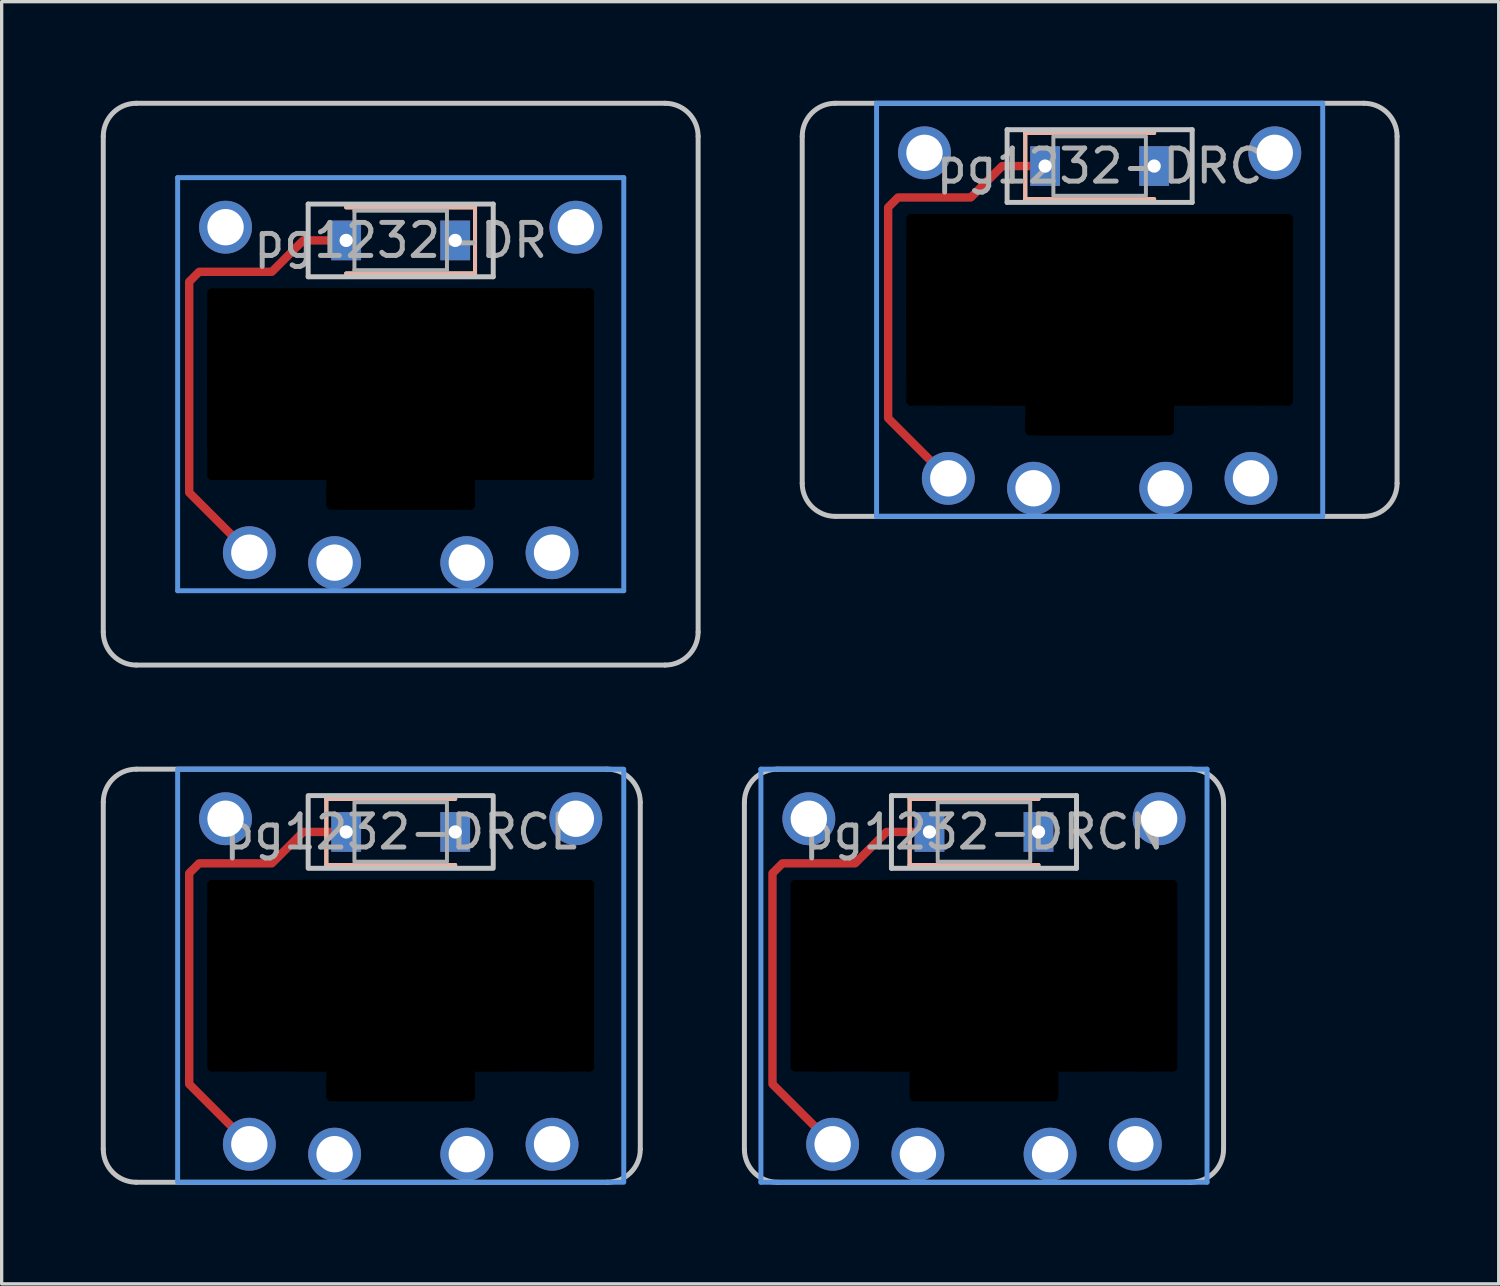
<source format=kicad_pcb>
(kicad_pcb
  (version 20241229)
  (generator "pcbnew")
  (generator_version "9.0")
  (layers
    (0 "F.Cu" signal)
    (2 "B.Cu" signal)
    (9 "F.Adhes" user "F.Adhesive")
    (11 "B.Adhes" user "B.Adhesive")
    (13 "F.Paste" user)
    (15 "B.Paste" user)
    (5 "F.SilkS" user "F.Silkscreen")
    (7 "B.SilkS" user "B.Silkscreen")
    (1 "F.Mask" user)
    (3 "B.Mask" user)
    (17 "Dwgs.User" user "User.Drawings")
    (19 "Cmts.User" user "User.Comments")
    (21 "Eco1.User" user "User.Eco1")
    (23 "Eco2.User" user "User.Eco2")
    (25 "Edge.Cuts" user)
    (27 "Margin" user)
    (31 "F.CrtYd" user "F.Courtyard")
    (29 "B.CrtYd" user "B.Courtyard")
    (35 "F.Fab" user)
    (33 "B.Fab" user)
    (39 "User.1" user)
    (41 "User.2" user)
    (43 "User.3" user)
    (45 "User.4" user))
  (footprint "pg1232-DRCL"
    (layer "F.Cu")
    (at 9.075 22.125)
    (property "Reference" "pg1232-DRCL" (at 0 0 0) (layer "F.Fab") (effects (font (size 1 1) (thickness 0.15))))
    (attr smd)
    (fp_line (start -2.25 -1) (end -2.25 1) (stroke (width 0.12) (type solid)) (layer "F.SilkS"))
    (fp_line (start -2.25 1) (end 1.65 1) (stroke (width 0.12) (type solid)) (layer "F.SilkS"))
    (fp_line (start 1.65 -1) (end -2.25 -1) (stroke (width 0.12) (type solid)) (layer "F.SilkS"))
    (fp_line (start -2.25 -1) (end -2.25 1) (stroke (width 0.12) (type solid)) (layer "B.SilkS"))
    (fp_line (start -2.25 1) (end 1.65 1) (stroke (width 0.12) (type solid)) (layer "B.SilkS"))
    (fp_line (start 1.65 -1) (end -2.25 -1) (stroke (width 0.12) (type solid)) (layer "B.SilkS"))
    (fp_line (start -9 9.6) (end -9 -0.9) (stroke (width 0.15) (type solid)) (layer "Dwgs.User"))
    (fp_line (start -8 -1.9) (end 6.25 -1.9) (stroke (width 0.15) (type solid)) (layer "Dwgs.User"))
    (fp_line (start 6.25 10.6) (end -8 10.6) (stroke (width 0.15) (type solid)) (layer "Dwgs.User"))
    (fp_line (start 7.25 -0.9) (end 7.25 9.6) (stroke (width 0.15) (type solid)) (layer "Dwgs.User"))
    (fp_rect (start 2.8 1.1) (end -2.8 -1.1) (stroke (width 0.15) (type solid)) (fill no) (layer "Dwgs.User"))
    (fp_arc (start -9 -0.9) (mid -8.707107 -1.607107) (end -8 -1.9) (stroke (width 0.15) (type solid)) (layer "Dwgs.User"))
    (fp_arc (start -8 10.6) (mid -8.707107 10.307107) (end -9 9.6) (stroke (width 0.15) (type solid)) (layer "Dwgs.User"))
    (fp_arc (start 6.25 -1.9) (mid 6.957107 -1.607107) (end 7.25 -0.9) (stroke (width 0.15) (type solid)) (layer "Dwgs.User"))
    (fp_arc (start 7.25 9.6) (mid 6.957107 10.307107) (end 6.25 10.6) (stroke (width 0.15) (type solid)) (layer "Dwgs.User"))
    (fp_rect (start 6.75 10.6) (end -6.75 -1.9) (stroke (width 0.15) (type solid)) (fill no) (layer "Cmts.User"))
    (fp_rect (start 1.4 0.9) (end -1.4 -0.9) (stroke (width 0.12) (type solid)) (fill no) (layer "F.Fab"))
    (pad "" np_thru_hole oval (at -5.7 4.35 90) (size 5.8 0.3) (drill oval 5.8 0.3) (layers "*.Mask"))
    (pad "" np_thru_hole oval (at -4.85 4.35) (size 2 5.8) (drill oval 2 5.8) (layers "*.Mask"))
    (pad "" np_thru_hole oval (at -2.1 7.6 90) (size 1.1 0.3) (drill oval 1.1 0.3) (layers "*.Mask"))
    (pad "" np_thru_hole oval (at 0 1.6) (size 11.7 0.3) (drill oval 11.7 0.3) (layers "*.Mask"))
    (pad "" np_thru_hole oval (at 0 4.35) (size 11.7 5.8) (drill oval 11.7 5.8) (layers "*.Mask"))
    (pad "" np_thru_hole oval (at 0 7.1) (size 11.7 0.3) (drill oval 11.7 0.3) (layers "*.Mask"))
    (pad "" np_thru_hole oval (at 0 7.65) (size 4.5 1) (drill oval 4.5 1) (layers "*.Mask"))
    (pad "" np_thru_hole oval (at 0 8) (size 4.5 0.3) (drill oval 4.5 0.3) (layers "*.Mask"))
    (pad "" np_thru_hole oval (at 2.1 7.6 90) (size 1.1 0.3) (drill oval 1.1 0.3) (layers "*.Mask"))
    (pad "" np_thru_hole oval (at 4.85 4.35) (size 2 5.8) (drill oval 2 5.8) (layers "*.Mask"))
    (pad "" np_thru_hole oval (at 5.7 4.35 90) (size 5.8 0.3) (drill oval 5.8 0.3) (layers "*.Mask"))
    (pad "1" thru_hole circle (at -2 9.75) (size 1.6 1.6) (drill 1.1) (layers "*.Cu" "F.Mask"))
    (pad "1" thru_hole circle (at 2 9.75) (size 1.6 1.6) (drill 1.1) (layers "*.Cu" "B.Mask"))
    (pad "2" thru_hole rect (at 1.65 0) (size 0.9 1.2) (drill 0.4) (layers "*.Cu" "*.Mask"))
    (pad "3" thru_hole circle (at -4.58 9.45) (size 1.6 1.6) (drill 1.1) (layers "*.Cu" "B.Mask"))
    (pad "3" smd custom (at -1.65 0) (size 0.254 0.254) (layers "F.Cu") (options (anchor circle)) (primitives (gr_line (start 0 0) (end -1.3 0) (width 0.254)) (gr_line (start -1.3 0) (end -2.25 0.95) (width 0.254)) (gr_line (start -2.25 0.95) (end -4.45 0.95) (width 0.254)) (gr_line (start -4.45 0.95) (end -4.75 1.25) (width 0.254)) (gr_line (start -4.75 1.25) (end -4.75 7.63) (width 0.254)) (gr_line (start -4.75 7.63) (end -2.93 9.45) (width 0.254))))
    (pad "3" thru_hole rect (at -1.65 0) (size 0.9 1.2) (drill 0.4) (layers "*.Cu" "*.Mask"))
    (pad "3" thru_hole circle (at 4.58 9.45) (size 1.6 1.6) (drill 1.1) (layers "*.Cu" "F.Mask"))
    (pad "4" thru_hole circle (at 5.3 -0.4) (size 1.6 1.6) (drill 1.1) (layers "*.Cu" "*.Mask"))
    (pad "5" thru_hole circle (at -5.3 -0.4) (size 1.6 1.6) (drill 1.1) (layers "*.Cu" "*.Mask")))
  (footprint "pg1232-DRCN"
    (layer "F.Cu")
    (at 26.725 22.125)
    (property "Reference" "pg1232-DRCN" (at 0 0 0) (layer "F.Fab") (effects (font (size 1 1) (thickness 0.15))))
    (attr smd)
    (fp_line (start -2.25 -1) (end -2.25 1) (stroke (width 0.12) (type solid)) (layer "F.SilkS"))
    (fp_line (start -2.25 1) (end 1.65 1) (stroke (width 0.12) (type solid)) (layer "F.SilkS"))
    (fp_line (start 1.65 -1) (end -2.25 -1) (stroke (width 0.12) (type solid)) (layer "F.SilkS"))
    (fp_line (start -2.25 -1) (end -2.25 1) (stroke (width 0.12) (type solid)) (layer "B.SilkS"))
    (fp_line (start -2.25 1) (end 1.65 1) (stroke (width 0.12) (type solid)) (layer "B.SilkS"))
    (fp_line (start 1.65 -1) (end -2.25 -1) (stroke (width 0.12) (type solid)) (layer "B.SilkS"))
    (fp_line (start -7.25 9.6) (end -7.25 -0.9) (stroke (width 0.15) (type solid)) (layer "Dwgs.User"))
    (fp_line (start -6.25 -1.9) (end 6.25 -1.9) (stroke (width 0.15) (type solid)) (layer "Dwgs.User"))
    (fp_line (start -2.8 -1.1) (end -2.8 1.1) (stroke (width 0.15) (type solid)) (layer "Dwgs.User"))
    (fp_line (start -2.8 1.1) (end 2.8 1.1) (stroke (width 0.15) (type solid)) (layer "Dwgs.User"))
    (fp_line (start 2.8 -1.1) (end -2.8 -1.1) (stroke (width 0.15) (type solid)) (layer "Dwgs.User"))
    (fp_line (start 2.8 1.1) (end 2.8 -1.1) (stroke (width 0.15) (type solid)) (layer "Dwgs.User"))
    (fp_line (start 6.25 10.6) (end -6.25 10.6) (stroke (width 0.15) (type solid)) (layer "Dwgs.User"))
    (fp_line (start 7.25 -0.9) (end 7.25 9.6) (stroke (width 0.15) (type solid)) (layer "Dwgs.User"))
    (fp_arc (start -7.25 -0.9) (mid -6.957107 -1.607107) (end -6.25 -1.9) (stroke (width 0.15) (type solid)) (layer "Dwgs.User"))
    (fp_arc (start -6.25 10.6) (mid -6.957107 10.307107) (end -7.25 9.6) (stroke (width 0.15) (type solid)) (layer "Dwgs.User"))
    (fp_arc (start 6.25 -1.9) (mid 6.957107 -1.607107) (end 7.25 -0.9) (stroke (width 0.15) (type solid)) (layer "Dwgs.User"))
    (fp_arc (start 7.25 9.6) (mid 6.957107 10.307107) (end 6.25 10.6) (stroke (width 0.15) (type solid)) (layer "Dwgs.User"))
    (fp_line (start -6.75 -1.9) (end -6.75 10.6) (stroke (width 0.15) (type solid)) (layer "Cmts.User"))
    (fp_line (start -6.75 10.6) (end 6.75 10.6) (stroke (width 0.15) (type solid)) (layer "Cmts.User"))
    (fp_line (start 6.75 -1.9) (end -6.75 -1.9) (stroke (width 0.15) (type solid)) (layer "Cmts.User"))
    (fp_line (start 6.75 10.6) (end 6.75 -1.9) (stroke (width 0.15) (type solid)) (layer "Cmts.User"))
    (fp_rect (start 1.4 0.9) (end -1.4 -0.9) (stroke (width 0.12) (type solid)) (fill no) (layer "F.Fab"))
    (pad "" np_thru_hole oval (at -5.7 4.35 90) (size 5.8 0.3) (drill oval 5.8 0.3) (layers "*.Mask"))
    (pad "" np_thru_hole oval (at -4.85 4.35) (size 2 5.8) (drill oval 2 5.8) (layers "*.Mask"))
    (pad "" np_thru_hole oval (at -2.1 7.6 90) (size 1.1 0.3) (drill oval 1.1 0.3) (layers "*.Mask"))
    (pad "" np_thru_hole oval (at 0 1.6) (size 11.7 0.3) (drill oval 11.7 0.3) (layers "*.Mask"))
    (pad "" np_thru_hole oval (at 0 4.35) (size 11.7 5.8) (drill oval 11.7 5.8) (layers "*.Mask"))
    (pad "" np_thru_hole oval (at 0 7.1) (size 11.7 0.3) (drill oval 11.7 0.3) (layers "*.Mask"))
    (pad "" np_thru_hole oval (at 0 7.65) (size 4.5 1) (drill oval 4.5 1) (layers "*.Mask"))
    (pad "" np_thru_hole oval (at 0 8) (size 4.5 0.3) (drill oval 4.5 0.3) (layers "*.Mask"))
    (pad "" np_thru_hole oval (at 2.1 7.6 90) (size 1.1 0.3) (drill oval 1.1 0.3) (layers "*.Mask"))
    (pad "" np_thru_hole oval (at 4.85 4.35) (size 2 5.8) (drill oval 2 5.8) (layers "*.Mask"))
    (pad "" np_thru_hole oval (at 5.7 4.35 90) (size 5.8 0.3) (drill oval 5.8 0.3) (layers "*.Mask"))
    (pad "1" thru_hole circle (at -2 9.75) (size 1.6 1.6) (drill 1.1) (layers "*.Cu" "F.Mask"))
    (pad "1" thru_hole circle (at 2 9.75) (size 1.6 1.6) (drill 1.1) (layers "*.Cu" "B.Mask"))
    (pad "2" thru_hole rect (at 1.65 0) (size 0.9 1.2) (drill 0.4) (layers "*.Cu" "*.Mask"))
    (pad "3" thru_hole circle (at -4.58 9.45) (size 1.6 1.6) (drill 1.1) (layers "*.Cu" "B.Mask"))
    (pad "3" smd custom (at -1.65 0) (size 0.254 0.254) (layers "F.Cu") (options (anchor circle)) (primitives (gr_line (start 0 0) (end -1.3 0) (width 0.254)) (gr_line (start -1.3 0) (end -2.25 0.95) (width 0.254)) (gr_line (start -2.25 0.95) (end -4.45 0.95) (width 0.254)) (gr_line (start -4.45 0.95) (end -4.75 1.25) (width 0.254)) (gr_line (start -4.75 1.25) (end -4.75 7.63) (width 0.254)) (gr_line (start -4.75 7.63) (end -2.93 9.45) (width 0.254))))
    (pad "3" thru_hole rect (at -1.65 0) (size 0.9 1.2) (drill 0.4) (layers "*.Cu" "*.Mask"))
    (pad "3" thru_hole circle (at 4.58 9.45) (size 1.6 1.6) (drill 1.1) (layers "*.Cu" "F.Mask"))
    (pad "4" thru_hole circle (at 5.3 -0.4) (size 1.6 1.6) (drill 1.1) (layers "*.Cu" "*.Mask"))
    (pad "5" thru_hole circle (at -5.3 -0.4) (size 1.6 1.6) (drill 1.1) (layers "*.Cu" "*.Mask")))
  (footprint "pg1232-DRC"
    (layer "F.Cu")
    (at 30.225 1.975)
    (property "Reference" "pg1232-DRC" (at 0 0 0) (layer "F.Fab") (effects (font (size 1 1) (thickness 0.15))))
    (attr smd)
    (fp_line (start -2.25 -1) (end -2.25 1) (stroke (width 0.12) (type solid)) (layer "F.SilkS"))
    (fp_line (start -2.25 1) (end 1.65 1) (stroke (width 0.12) (type solid)) (layer "F.SilkS"))
    (fp_line (start 1.65 -1) (end -2.25 -1) (stroke (width 0.12) (type solid)) (layer "F.SilkS"))
    (fp_line (start -2.25 -1) (end -2.25 1) (stroke (width 0.12) (type solid)) (layer "B.SilkS"))
    (fp_line (start -2.25 1) (end 1.65 1) (stroke (width 0.12) (type solid)) (layer "B.SilkS"))
    (fp_line (start 1.65 -1) (end -2.25 -1) (stroke (width 0.12) (type solid)) (layer "B.SilkS"))
    (fp_line (start -9 9.6) (end -9 -0.9) (stroke (width 0.15) (type solid)) (layer "Dwgs.User"))
    (fp_line (start -8 -1.9) (end 8 -1.9) (stroke (width 0.15) (type solid)) (layer "Dwgs.User"))
    (fp_line (start -2.8 -1.1) (end -2.8 1.1) (stroke (width 0.15) (type solid)) (layer "Dwgs.User"))
    (fp_line (start -2.8 1.1) (end 2.8 1.1) (stroke (width 0.15) (type solid)) (layer "Dwgs.User"))
    (fp_line (start 2.8 -1.1) (end -2.8 -1.1) (stroke (width 0.15) (type solid)) (layer "Dwgs.User"))
    (fp_line (start 2.8 1.1) (end 2.8 -1.1) (stroke (width 0.15) (type solid)) (layer "Dwgs.User"))
    (fp_line (start 8 10.6) (end -8 10.6) (stroke (width 0.15) (type solid)) (layer "Dwgs.User"))
    (fp_line (start 9 -0.9) (end 9 9.6) (stroke (width 0.15) (type solid)) (layer "Dwgs.User"))
    (fp_arc (start -9 -0.9) (mid -8.707107 -1.607107) (end -8 -1.9) (stroke (width 0.15) (type solid)) (layer "Dwgs.User"))
    (fp_arc (start -8 10.6) (mid -8.707107 10.307107) (end -9 9.6) (stroke (width 0.15) (type solid)) (layer "Dwgs.User"))
    (fp_arc (start 8 -1.9) (mid 8.707107 -1.607107) (end 9 -0.9) (stroke (width 0.15) (type solid)) (layer "Dwgs.User"))
    (fp_arc (start 9 9.6) (mid 8.707107 10.307107) (end 8 10.6) (stroke (width 0.15) (type solid)) (layer "Dwgs.User"))
    (fp_line (start -6.75 -1.9) (end -6.75 10.6) (stroke (width 0.15) (type solid)) (layer "Cmts.User"))
    (fp_line (start -6.75 10.6) (end 6.75 10.6) (stroke (width 0.15) (type solid)) (layer "Cmts.User"))
    (fp_line (start 6.75 -1.9) (end -6.75 -1.9) (stroke (width 0.15) (type solid)) (layer "Cmts.User"))
    (fp_line (start 6.75 10.6) (end 6.75 -1.9) (stroke (width 0.15) (type solid)) (layer "Cmts.User"))
    (fp_rect (start 1.4 0.9) (end -1.4 -0.9) (stroke (width 0.12) (type solid)) (fill no) (layer "F.Fab"))
    (pad "" np_thru_hole oval (at -5.7 4.35 90) (size 5.8 0.3) (drill oval 5.8 0.3) (layers "*.Mask"))
    (pad "" np_thru_hole oval (at -4.85 4.35) (size 2 5.8) (drill oval 2 5.8) (layers "*.Mask"))
    (pad "" np_thru_hole oval (at -2.1 7.6 90) (size 1.1 0.3) (drill oval 1.1 0.3) (layers "*.Mask"))
    (pad "" np_thru_hole oval (at 0 1.6) (size 11.7 0.3) (drill oval 11.7 0.3) (layers "*.Mask"))
    (pad "" np_thru_hole oval (at 0 4.35) (size 11.7 5.8) (drill oval 11.7 5.8) (layers "*.Mask"))
    (pad "" np_thru_hole oval (at 0 7.1) (size 11.7 0.3) (drill oval 11.7 0.3) (layers "*.Mask"))
    (pad "" np_thru_hole oval (at 0 7.65) (size 4.5 1) (drill oval 4.5 1) (layers "*.Mask"))
    (pad "" np_thru_hole oval (at 0 8) (size 4.5 0.3) (drill oval 4.5 0.3) (layers "*.Mask"))
    (pad "" np_thru_hole oval (at 2.1 7.6 90) (size 1.1 0.3) (drill oval 1.1 0.3) (layers "*.Mask"))
    (pad "" np_thru_hole oval (at 4.85 4.35) (size 2 5.8) (drill oval 2 5.8) (layers "*.Mask"))
    (pad "" np_thru_hole oval (at 5.7 4.35 90) (size 5.8 0.3) (drill oval 5.8 0.3) (layers "*.Mask"))
    (pad "1" thru_hole circle (at -2 9.75) (size 1.6 1.6) (drill 1.1) (layers "*.Cu" "F.Mask"))
    (pad "1" thru_hole circle (at 2 9.75) (size 1.6 1.6) (drill 1.1) (layers "*.Cu" "B.Mask"))
    (pad "2" thru_hole rect (at 1.65 0) (size 0.9 1.2) (drill 0.4) (layers "*.Cu" "*.Mask"))
    (pad "3" thru_hole circle (at -4.58 9.45) (size 1.6 1.6) (drill 1.1) (layers "*.Cu" "B.Mask"))
    (pad "3" smd custom (at -1.65 0) (size 0.254 0.254) (layers "F.Cu") (options (anchor circle)) (primitives (gr_line (start 0 0) (end -1.3 0) (width 0.254)) (gr_line (start -1.3 0) (end -2.25 0.95) (width 0.254)) (gr_line (start -2.25 0.95) (end -4.45 0.95) (width 0.254)) (gr_line (start -4.45 0.95) (end -4.75 1.25) (width 0.254)) (gr_line (start -4.75 1.25) (end -4.75 7.63) (width 0.254)) (gr_line (start -4.75 7.63) (end -2.93 9.45) (width 0.254))))
    (pad "3" thru_hole rect (at -1.65 0) (size 0.9 1.2) (drill 0.4) (layers "*.Cu" "*.Mask"))
    (pad "3" thru_hole circle (at 4.58 9.45) (size 1.6 1.6) (drill 1.1) (layers "*.Cu" "F.Mask"))
    (pad "4" thru_hole circle (at 5.3 -0.4) (size 1.6 1.6) (drill 1.1) (layers "*.Cu" "*.Mask"))
    (pad "5" thru_hole circle (at -5.3 -0.4) (size 1.6 1.6) (drill 1.1) (layers "*.Cu" "*.Mask")))
  (footprint "pg1232-DR"
    (layer "F.Cu")
    (at 9.075 4.225)
    (property "Reference" "pg1232-DR" (at 0 0 0) (layer "F.Fab") (effects (font (size 1 1) (thickness 0.15))))
    (attr through_hole)
    (fp_line (start 2.25 -1) (end -1.65 -1) (stroke (width 0.12) (type solid)) (layer "F.SilkS"))
    (fp_line (start 2.25 -1) (end 2.25 1) (stroke (width 0.12) (type solid)) (layer "F.SilkS"))
    (fp_line (start 2.25 1) (end -1.65 1) (stroke (width 0.12) (type solid)) (layer "F.SilkS"))
    (fp_line (start 2.25 -1) (end -1.65 -1) (stroke (width 0.12) (type solid)) (layer "B.SilkS"))
    (fp_line (start 2.25 -1) (end 2.25 1) (stroke (width 0.12) (type solid)) (layer "B.SilkS"))
    (fp_line (start 2.25 1) (end -1.65 1) (stroke (width 0.12) (type solid)) (layer "B.SilkS"))
    (fp_line (start -9 11.85) (end -9 -3.15) (stroke (width 0.15) (type solid)) (layer "Dwgs.User"))
    (fp_line (start -8 -4.15) (end 8 -4.15) (stroke (width 0.15) (type solid)) (layer "Dwgs.User"))
    (fp_line (start -2.8 -1.1) (end -2.8 1.1) (stroke (width 0.15) (type solid)) (layer "Dwgs.User"))
    (fp_line (start -2.8 1.1) (end 2.8 1.1) (stroke (width 0.15) (type solid)) (layer "Dwgs.User"))
    (fp_line (start 2.8 -1.1) (end -2.8 -1.1) (stroke (width 0.15) (type solid)) (layer "Dwgs.User"))
    (fp_line (start 2.8 1.1) (end 2.8 -1.1) (stroke (width 0.15) (type solid)) (layer "Dwgs.User"))
    (fp_line (start 8 12.85) (end -8 12.85) (stroke (width 0.15) (type solid)) (layer "Dwgs.User"))
    (fp_line (start 9 -3.15) (end 9 11.85) (stroke (width 0.15) (type solid)) (layer "Dwgs.User"))
    (fp_arc (start -9 -3.15) (mid -8.707107 -3.857107) (end -8 -4.15) (stroke (width 0.15) (type solid)) (layer "Dwgs.User"))
    (fp_arc (start -8 12.85) (mid -8.707107 12.557107) (end -9 11.85) (stroke (width 0.15) (type solid)) (layer "Dwgs.User"))
    (fp_arc (start 8 -4.15) (mid 8.707107 -3.857107) (end 9 -3.15) (stroke (width 0.15) (type solid)) (layer "Dwgs.User"))
    (fp_arc (start 9 11.85) (mid 8.707107 12.557107) (end 8 12.85) (stroke (width 0.15) (type solid)) (layer "Dwgs.User"))
    (fp_line (start -6.75 -1.9) (end -6.75 10.6) (stroke (width 0.15) (type solid)) (layer "Cmts.User"))
    (fp_line (start -6.75 10.6) (end 6.75 10.6) (stroke (width 0.15) (type solid)) (layer "Cmts.User"))
    (fp_line (start 6.75 -1.9) (end -6.75 -1.9) (stroke (width 0.15) (type solid)) (layer "Cmts.User"))
    (fp_line (start 6.75 10.6) (end 6.75 -1.9) (stroke (width 0.15) (type solid)) (layer "Cmts.User"))
    (fp_line (start -1.4 -0.9) (end -1.4 0.9) (stroke (width 0.12) (type solid)) (layer "F.Fab"))
    (fp_line (start -1.4 0.9) (end 1.4 0.9) (stroke (width 0.12) (type solid)) (layer "F.Fab"))
    (fp_line (start 1.4 -0.9) (end -1.4 -0.9) (stroke (width 0.12) (type solid)) (layer "F.Fab"))
    (fp_line (start 1.4 0.9) (end 1.4 -0.9) (stroke (width 0.12) (type solid)) (layer "F.Fab"))
    (pad "" np_thru_hole oval (at -5.7 4.35 90) (size 5.8 0.3) (drill oval 5.8 0.3) (layers "*.Mask"))
    (pad "" np_thru_hole oval (at -4.85 4.35) (size 2 5.8) (drill oval 2 5.8) (layers "*.Mask"))
    (pad "" np_thru_hole oval (at -2.1 7.6 90) (size 1.1 0.3) (drill oval 1.1 0.3) (layers "*.Mask"))
    (pad "" np_thru_hole oval (at 0 1.6) (size 11.7 0.3) (drill oval 11.7 0.3) (layers "*.Mask"))
    (pad "" np_thru_hole oval (at 0 4.35) (size 11.7 5.8) (drill oval 11.7 5.8) (layers "*.Mask"))
    (pad "" np_thru_hole oval (at 0 7.1) (size 11.7 0.3) (drill oval 11.7 0.3) (layers "*.Mask"))
    (pad "" np_thru_hole oval (at 0 7.65) (size 4.5 1) (drill oval 4.5 1) (layers "*.Mask"))
    (pad "" np_thru_hole oval (at 0 8) (size 4.5 0.3) (drill oval 4.5 0.3) (layers "*.Mask"))
    (pad "" np_thru_hole oval (at 2.1 7.6 90) (size 1.1 0.3) (drill oval 1.1 0.3) (layers "*.Mask"))
    (pad "" np_thru_hole oval (at 4.85 4.35) (size 2 5.8) (drill oval 2 5.8) (layers "*.Mask"))
    (pad "" np_thru_hole oval (at 5.7 4.35 90) (size 5.8 0.3) (drill oval 5.8 0.3) (layers "*.Mask"))
    (pad "1" thru_hole circle (at -2 9.75) (size 1.6 1.6) (drill 1.1) (layers "*.Cu" "F.Mask"))
    (pad "1" thru_hole circle (at 2 9.75) (size 1.6 1.6) (drill 1.1) (layers "*.Cu" "B.Mask"))
    (pad "2" thru_hole rect (at 1.65 0) (size 0.9 1.2) (drill 0.4) (layers "*.Cu" "*.Mask"))
    (pad "3" thru_hole circle (at -4.58 9.45) (size 1.6 1.6) (drill 1.1) (layers "*.Cu" "B.Mask"))
    (pad "3" smd custom (at -1.65 0) (size 0.254 0.254) (layers "F.Cu") (options (anchor circle)) (primitives (gr_line (start -4.75 7.63) (end -2.93 9.45) (width 0.254)) (gr_line (start 0 0) (end -1.3 0) (width 0.254)) (gr_line (start -1.3 0) (end -2.25 0.95) (width 0.254)) (gr_line (start -4.75 1.25) (end -4.75 7.63) (width 0.254)) (gr_line (start -2.25 0.95) (end -4.45 0.95) (width 0.254)) (gr_line (start -4.45 0.95) (end -4.75 1.25) (width 0.254))))
    (pad "3" thru_hole rect (at -1.65 0) (size 0.9 1.2) (drill 0.4) (layers "*.Cu" "*.Mask"))
    (pad "3" thru_hole circle (at 4.58 9.45) (size 1.6 1.6) (drill 1.1) (layers "*.Cu" "F.Mask"))
    (pad "4" thru_hole circle (at -5.3 -0.4) (size 1.6 1.6) (drill 1.1) (layers "*.Cu" "*.Mask"))
    (pad "5" thru_hole circle (at 5.3 -0.4) (size 1.6 1.6) (drill 1.1) (layers "*.Cu" "*.Mask")))
  (gr_rect
    (start -3 -3)
    (end 42.3 35.8)
    (stroke (width 0.1) (type default))
    (fill no)
    (layer "Edge.Cuts")))
</source>
